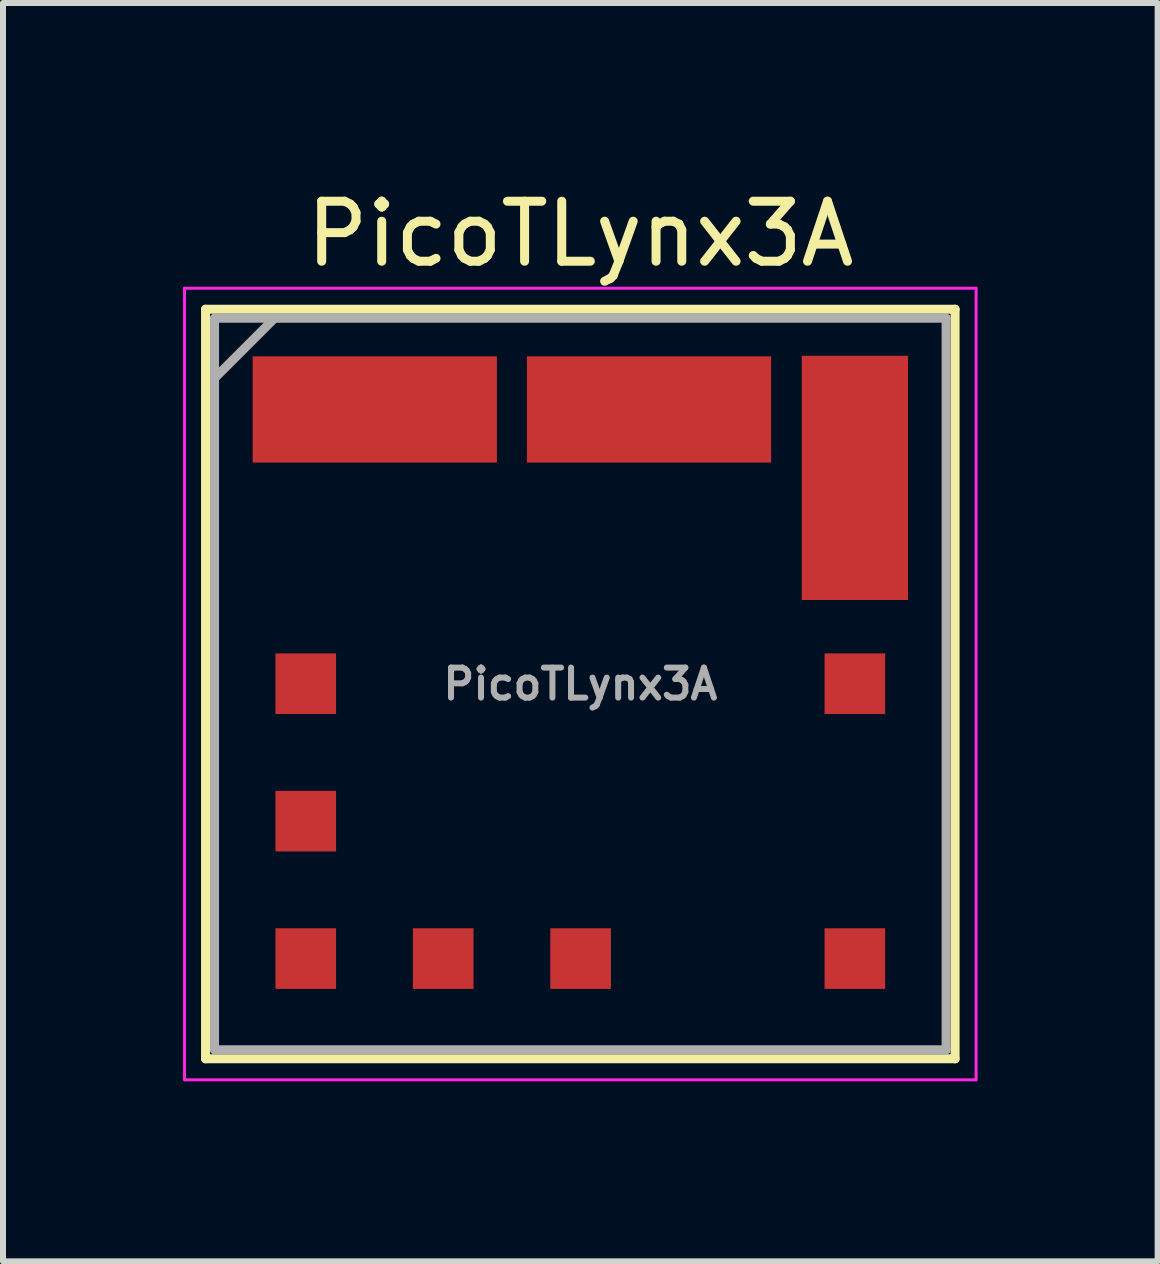
<source format=kicad_pcb>
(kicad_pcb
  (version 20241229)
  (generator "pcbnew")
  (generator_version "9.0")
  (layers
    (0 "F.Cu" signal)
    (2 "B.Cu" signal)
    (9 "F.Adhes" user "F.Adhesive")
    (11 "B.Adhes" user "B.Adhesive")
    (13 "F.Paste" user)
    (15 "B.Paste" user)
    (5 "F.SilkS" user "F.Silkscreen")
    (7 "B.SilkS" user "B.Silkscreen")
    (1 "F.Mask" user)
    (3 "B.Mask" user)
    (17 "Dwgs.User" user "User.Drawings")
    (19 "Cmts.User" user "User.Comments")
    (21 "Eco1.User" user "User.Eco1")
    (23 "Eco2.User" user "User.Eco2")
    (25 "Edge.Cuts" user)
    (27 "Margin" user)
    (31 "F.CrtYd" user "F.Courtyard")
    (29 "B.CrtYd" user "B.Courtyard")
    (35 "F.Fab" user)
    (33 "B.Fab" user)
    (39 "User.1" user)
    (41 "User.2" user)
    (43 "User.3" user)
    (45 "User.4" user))
  (footprint "PicoTLynx3A"
    (layer "F.Cu")
    (at 6.62 8.348)
    (property "Reference" "PicoTLynx3A" (at 0 -7.5 0) (layer "F.SilkS") (effects (font (size 1 1) (thickness 0.15))))
    (attr smd)
    (fp_line (start -6.245 -6.245) (end -6.245 6.245) (stroke (width 0.15) (type solid)) (layer "F.SilkS"))
    (fp_line (start 6.245 -6.245) (end -6.245 -6.245) (stroke (width 0.15) (type solid)) (layer "F.SilkS"))
    (fp_line (start 6.245 -6.245) (end 6.245 6.245) (stroke (width 0.15) (type solid)) (layer "F.SilkS"))
    (fp_line (start 6.245 6.245) (end -6.245 6.245) (stroke (width 0.15) (type solid)) (layer "F.SilkS"))
    (fp_line (start -6.595 -6.595) (end 6.595 -6.595) (stroke (width 0.05) (type solid)) (layer "F.CrtYd"))
    (fp_line (start -6.595 6.595) (end -6.595 -6.595) (stroke (width 0.05) (type solid)) (layer "F.CrtYd"))
    (fp_line (start -6.595 6.595) (end 6.595 6.595) (stroke (width 0.05) (type solid)) (layer "F.CrtYd"))
    (fp_line (start 6.595 6.595) (end 6.595 -6.595) (stroke (width 0.05) (type solid)) (layer "F.CrtYd"))
    (fp_line (start -6.095 -5.095) (end -5.095 -6.095) (stroke (width 0.15) (type solid)) (layer "F.Fab"))
    (fp_line (start -6.095 6.095) (end -6.095 -6.095) (stroke (width 0.15) (type solid)) (layer "F.Fab"))
    (fp_line (start 6.095 -6.095) (end -6.095 -6.095) (stroke (width 0.15) (type solid)) (layer "F.Fab"))
    (fp_line (start 6.095 -6.095) (end 6.095 6.095) (stroke (width 0.15) (type solid)) (layer "F.Fab"))
    (fp_line (start 6.095 6.095) (end -6.095 6.095) (stroke (width 0.15) (type solid)) (layer "F.Fab"))
    (fp_text user "${REFERENCE}" (at 0 0 0) (layer "F.Fab") (effects (font (size 0.5 0.5) (thickness 0.1))))
    (pad "1" smd rect (at -4.575 -0.005) (size 1.01 1.01) (layers "F.Cu" "F.Mask" "F.Paste"))
    (pad "2" smd rect (at -3.425 -4.575) (size 4.07 1.77) (layers "F.Cu" "F.Mask" "F.Paste"))
    (pad "3" smd rect (at 1.145 -4.575) (size 4.07 1.77) (layers "F.Cu" "F.Mask" "F.Paste"))
    (pad "4" smd rect (at 4.575 -3.435 90) (size 4.07 1.77) (layers "F.Cu" "F.Mask" "F.Paste"))
    (pad "5" smd rect (at 4.575 -0.005) (size 1.01 1.01) (layers "F.Cu" "F.Mask" "F.Paste"))
    (pad "6" smd rect (at 4.575 4.575) (size 1.01 1.01) (layers "F.Cu" "F.Mask" "F.Paste"))
    (pad "7" smd rect (at 0.005 4.575) (size 1.01 1.01) (layers "F.Cu" "F.Mask" "F.Paste"))
    (pad "8" smd rect (at -2.285 4.575) (size 1.01 1.01) (layers "F.Cu" "F.Mask" "F.Paste"))
    (pad "9" smd rect (at -4.575 4.575) (size 1.01 1.01) (layers "F.Cu" "F.Mask" "F.Paste"))
    (pad "10" smd rect (at -4.575 2.285) (size 1.01 1.01) (layers "F.Cu" "F.Mask" "F.Paste")))
  (gr_rect
    (start -3 -3)
    (end 16.24 17.968)
    (stroke (width 0.1) (type default))
    (fill no)
    (layer "Edge.Cuts")))
</source>
